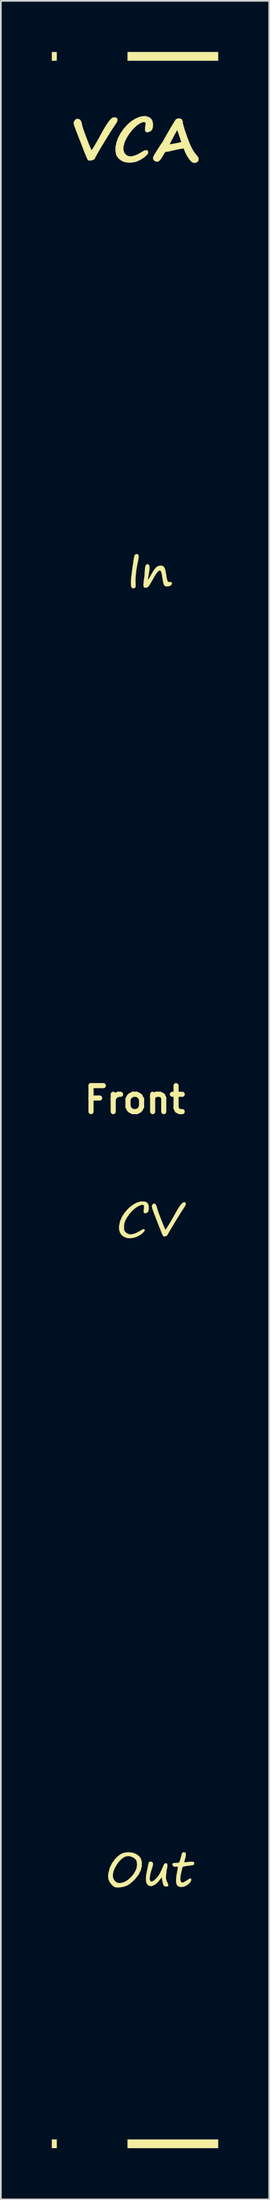
<source format=kicad_pcb>
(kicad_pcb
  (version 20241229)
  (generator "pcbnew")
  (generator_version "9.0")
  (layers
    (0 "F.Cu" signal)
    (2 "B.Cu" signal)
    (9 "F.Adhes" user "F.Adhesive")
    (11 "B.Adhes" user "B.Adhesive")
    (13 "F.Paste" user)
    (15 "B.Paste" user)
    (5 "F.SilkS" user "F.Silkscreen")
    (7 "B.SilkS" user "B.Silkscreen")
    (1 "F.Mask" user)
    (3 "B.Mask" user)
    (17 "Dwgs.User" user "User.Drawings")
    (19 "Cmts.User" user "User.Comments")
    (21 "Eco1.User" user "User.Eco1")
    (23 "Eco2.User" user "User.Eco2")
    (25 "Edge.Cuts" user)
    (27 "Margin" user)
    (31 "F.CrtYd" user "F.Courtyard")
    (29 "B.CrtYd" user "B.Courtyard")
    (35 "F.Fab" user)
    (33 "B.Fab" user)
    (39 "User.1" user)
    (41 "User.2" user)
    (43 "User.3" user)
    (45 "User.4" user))
  (footprint "Front"
    (layer "F.Cu")
    (at 4.887 61.501)
    (property "Reference" "Front" (at 0 0 0) (layer "F.SilkS") (effects (font (size 1.524 1.524) (thickness 0.3))))
    (attr through_hole)
    (fp_poly (pts (xy -4.6 -60.988) (xy -4.882 -60.988) (xy -4.882 -61.496) (xy -4.6 -61.496) (xy -4.6 -60.988)) (stroke (width 0.01) (type solid)) (fill yes) (layer "F.SilkS"))
    (fp_poly (pts (xy -4.6 61.524) (xy -4.882 61.524) (xy -4.882 61.016) (xy -4.6 61.016) (xy -4.6 61.524)) (stroke (width 0.01) (type solid)) (fill yes) (layer "F.SilkS"))
    (fp_poly (pts (xy 4.911 -60.988) (xy -0.423 -60.988) (xy -0.423 -61.496) (xy 4.911 -61.496) (xy 4.911 -60.988)) (stroke (width 0.01) (type solid)) (fill yes) (layer "F.SilkS"))
    (fp_poly (pts (xy 4.911 61.524) (xy -0.423 61.524) (xy -0.423 61.016) (xy 4.911 61.016) (xy 4.911 61.524)) (stroke (width 0.01) (type solid)) (fill yes) (layer "F.SilkS"))
    (fp_poly (pts (xy 0.149 -32.027) (xy 0.198 -32.001) (xy 0.224 -31.94) (xy 0.225 -31.837) (xy 0.204 -31.69) (xy 0.18 -31.581) (xy 0.129 -31.33) (xy 0.087 -31.073) (xy 0.058 -30.824) (xy 0.042 -30.596) (xy 0.042 -30.403) (xy 0.045 -30.353) (xy 0.052 -30.211) (xy 0.045 -30.117) (xy 0.019 -30.061) (xy -0.029 -30.034) (xy -0.089 -30.028) (xy -0.158 -30.043) (xy -0.197 -30.097) (xy -0.198 -30.101) (xy -0.215 -30.164) (xy -0.224 -30.249) (xy -0.225 -30.36) (xy -0.218 -30.501) (xy -0.203 -30.677) (xy -0.178 -30.892) (xy -0.144 -31.151) (xy -0.1 -31.456) (xy -0.055 -31.758) (xy -0.028 -31.891) (xy 0.006 -31.976) (xy 0.053 -32.02) (xy 0.12 -32.03) (xy 0.149 -32.027)) (stroke (width 0.01) (type solid)) (fill yes) (layer "F.SilkS"))
    (fp_poly (pts (xy -0.197 44.176) (xy -0.046 44.211) (xy 0.094 44.275) (xy 0.144 44.305) (xy 0.273 44.41) (xy 0.357 44.537) (xy 0.403 44.698) (xy 0.409 44.746) (xy 0.407 44.983) (xy 0.349 45.217) (xy 0.234 45.449) (xy 0.062 45.678) (xy -0.043 45.791) (xy -0.174 45.913) (xy -0.301 46.015) (xy -0.409 46.086) (xy -0.425 46.095) (xy -0.622 46.17) (xy -0.836 46.213) (xy -1.045 46.221) (xy -1.154 46.208) (xy -1.208 46.182) (xy -1.283 46.126) (xy -1.357 46.059) (xy -1.478 45.909) (xy -1.548 45.746) (xy -1.57 45.564) (xy -1.562 45.482) (xy -1.295 45.482) (xy -1.282 45.647) (xy -1.222 45.788) (xy -1.115 45.9) (xy -1.098 45.913) (xy -0.979 45.962) (xy -0.833 45.966) (xy -0.667 45.926) (xy -0.56 45.881) (xy -0.393 45.776) (xy -0.233 45.633) (xy -0.089 45.465) (xy 0.026 45.286) (xy 0.102 45.109) (xy 0.113 45.069) (xy 0.137 44.906) (xy 0.13 44.757) (xy 0.094 44.635) (xy 0.053 44.573) (xy -0.071 44.475) (xy -0.229 44.405) (xy -0.33 44.381) (xy -0.475 44.385) (xy -0.626 44.441) (xy -0.778 44.547) (xy -0.929 44.7) (xy -1.055 44.87) (xy -1.181 45.09) (xy -1.261 45.295) (xy -1.295 45.482) (xy -1.562 45.482) (xy -1.555 45.403) (xy -1.479 45.102) (xy -1.354 44.829) (xy -1.178 44.581) (xy -1.03 44.426) (xy -0.871 44.297) (xy -0.713 44.215) (xy -0.54 44.173) (xy -0.38 44.164) (xy -0.197 44.176)) (stroke (width 0.01) (type solid)) (fill yes) (layer "F.SilkS"))
    (fp_poly (pts (xy 0.565 5.969) (xy 0.687 6.011) (xy 0.769 6.092) (xy 0.813 6.213) (xy 0.822 6.353) (xy 0.81 6.484) (xy 0.777 6.57) (xy 0.718 6.623) (xy 0.657 6.645) (xy 0.58 6.651) (xy 0.536 6.618) (xy 0.522 6.543) (xy 0.535 6.422) (xy 0.538 6.411) (xy 0.553 6.281) (xy 0.538 6.197) (xy 0.49 6.157) (xy 0.405 6.158) (xy 0.283 6.2) (xy 0.24 6.219) (xy 0.053 6.332) (xy -0.132 6.489) (xy -0.305 6.68) (xy -0.456 6.893) (xy -0.541 7.049) (xy -0.592 7.162) (xy -0.62 7.257) (xy -0.632 7.361) (xy -0.634 7.455) (xy -0.633 7.57) (xy -0.624 7.645) (xy -0.604 7.696) (xy -0.57 7.741) (xy -0.564 7.747) (xy -0.452 7.841) (xy -0.326 7.89) (xy -0.182 7.895) (xy -0.017 7.856) (xy 0.174 7.771) (xy 0.338 7.677) (xy 0.433 7.621) (xy 0.493 7.592) (xy 0.531 7.587) (xy 0.558 7.602) (xy 0.563 7.606) (xy 0.587 7.64) (xy 0.578 7.679) (xy 0.546 7.726) (xy 0.425 7.85) (xy 0.267 7.957) (xy 0.085 8.042) (xy -0.106 8.098) (xy -0.292 8.121) (xy -0.458 8.105) (xy -0.466 8.103) (xy -0.644 8.032) (xy -0.78 7.924) (xy -0.872 7.782) (xy -0.92 7.606) (xy -0.922 7.404) (xy -0.87 7.144) (xy -0.764 6.886) (xy -0.606 6.637) (xy -0.398 6.399) (xy -0.334 6.338) (xy -0.116 6.162) (xy 0.098 6.041) (xy 0.31 5.976) (xy 0.401 5.964) (xy 0.565 5.969)) (stroke (width 0.01) (type solid)) (fill yes) (layer "F.SilkS"))
    (fp_poly (pts (xy 2.967 6.019) (xy 2.992 6.037) (xy 3.001 6.085) (xy 3.007 6.104) (xy 2.999 6.144) (xy 2.963 6.217) (xy 2.907 6.313) (xy 2.871 6.367) (xy 2.809 6.461) (xy 2.728 6.586) (xy 2.635 6.735) (xy 2.532 6.9) (xy 2.426 7.073) (xy 2.319 7.248) (xy 2.218 7.415) (xy 2.127 7.569) (xy 2.049 7.701) (xy 1.991 7.803) (xy 1.956 7.868) (xy 1.949 7.883) (xy 1.89 7.966) (xy 1.794 8.01) (xy 1.741 8.015) (xy 1.694 8.004) (xy 1.656 7.964) (xy 1.616 7.881) (xy 1.59 7.819) (xy 1.548 7.714) (xy 1.492 7.572) (xy 1.425 7.403) (xy 1.351 7.214) (xy 1.274 7.015) (xy 1.272 7.012) (xy 1.186 6.791) (xy 1.12 6.616) (xy 1.071 6.481) (xy 1.037 6.38) (xy 1.017 6.307) (xy 1.008 6.256) (xy 1.008 6.22) (xy 1.013 6.202) (xy 1.053 6.136) (xy 1.095 6.099) (xy 1.161 6.086) (xy 1.219 6.125) (xy 1.269 6.216) (xy 1.312 6.356) (xy 1.34 6.453) (xy 1.385 6.588) (xy 1.442 6.747) (xy 1.506 6.915) (xy 1.545 7.013) (xy 1.607 7.167) (xy 1.664 7.308) (xy 1.712 7.426) (xy 1.746 7.509) (xy 1.759 7.542) (xy 1.787 7.598) (xy 1.81 7.62) (xy 1.832 7.597) (xy 1.878 7.532) (xy 1.941 7.435) (xy 2.017 7.312) (xy 2.102 7.172) (xy 2.189 7.022) (xy 2.275 6.872) (xy 2.314 6.802) (xy 2.446 6.566) (xy 2.558 6.378) (xy 2.652 6.233) (xy 2.732 6.128) (xy 2.801 6.059) (xy 2.861 6.021) (xy 2.909 6.011) (xy 2.967 6.019)) (stroke (width 0.01) (type solid)) (fill yes) (layer "F.SilkS"))
    (fp_poly (pts (xy 1.018 44.733) (xy 1.056 44.771) (xy 1.07 44.836) (xy 1.059 44.933) (xy 1.022 45.07) (xy 0.986 45.177) (xy 0.933 45.352) (xy 0.897 45.517) (xy 0.881 45.661) (xy 0.885 45.774) (xy 0.91 45.844) (xy 0.966 45.882) (xy 1.042 45.871) (xy 1.138 45.811) (xy 1.24 45.719) (xy 1.342 45.607) (xy 1.429 45.489) (xy 1.509 45.35) (xy 1.59 45.176) (xy 1.625 45.095) (xy 1.675 44.975) (xy 1.711 44.898) (xy 1.741 44.851) (xy 1.772 44.825) (xy 1.81 44.809) (xy 1.825 44.805) (xy 1.88 44.81) (xy 1.913 44.86) (xy 1.922 44.947) (xy 1.905 45.063) (xy 1.899 45.085) (xy 1.88 45.18) (xy 1.861 45.308) (xy 1.846 45.445) (xy 1.843 45.486) (xy 1.836 45.612) (xy 1.837 45.701) (xy 1.848 45.77) (xy 1.872 45.836) (xy 1.901 45.898) (xy 1.952 46.011) (xy 1.972 46.086) (xy 1.963 46.132) (xy 1.931 46.154) (xy 1.83 46.172) (xy 1.747 46.145) (xy 1.709 46.108) (xy 1.676 46.034) (xy 1.644 45.923) (xy 1.617 45.792) (xy 1.603 45.684) (xy 1.596 45.648) (xy 1.583 45.639) (xy 1.556 45.663) (xy 1.508 45.724) (xy 1.463 45.785) (xy 1.331 45.938) (xy 1.196 46.051) (xy 1.064 46.12) (xy 0.939 46.142) (xy 0.827 46.116) (xy 0.784 46.088) (xy 0.713 46.004) (xy 0.671 45.884) (xy 0.657 45.726) (xy 0.672 45.525) (xy 0.715 45.28) (xy 0.732 45.201) (xy 0.759 45.078) (xy 0.783 44.961) (xy 0.798 44.873) (xy 0.799 44.862) (xy 0.829 44.762) (xy 0.884 44.711) (xy 0.963 44.711) (xy 1.018 44.733)) (stroke (width 0.01) (type solid)) (fill yes) (layer "F.SilkS"))
    (fp_poly (pts (xy 0.675 -57.728) (xy 0.837 -57.675) (xy 0.958 -57.584) (xy 1.036 -57.456) (xy 1.071 -57.292) (xy 1.072 -57.241) (xy 1.062 -57.081) (xy 1.028 -56.964) (xy 0.967 -56.882) (xy 0.881 -56.828) (xy 0.762 -56.79) (xy 0.675 -56.797) (xy 0.622 -56.85) (xy 0.6 -56.949) (xy 0.611 -57.094) (xy 0.62 -57.143) (xy 0.638 -57.245) (xy 0.642 -57.307) (xy 0.631 -57.345) (xy 0.614 -57.366) (xy 0.574 -57.391) (xy 0.518 -57.391) (xy 0.461 -57.378) (xy 0.305 -57.313) (xy 0.14 -57.202) (xy -0.028 -57.054) (xy -0.191 -56.876) (xy -0.341 -56.678) (xy -0.473 -56.468) (xy -0.577 -56.253) (xy -0.608 -56.171) (xy -0.664 -55.959) (xy -0.672 -55.774) (xy -0.633 -55.617) (xy -0.546 -55.491) (xy -0.477 -55.433) (xy -0.354 -55.382) (xy -0.202 -55.375) (xy -0.024 -55.413) (xy 0.175 -55.493) (xy 0.393 -55.616) (xy 0.414 -55.629) (xy 0.523 -55.694) (xy 0.605 -55.728) (xy 0.675 -55.734) (xy 0.682 -55.734) (xy 0.747 -55.721) (xy 0.776 -55.686) (xy 0.785 -55.63) (xy 0.785 -55.572) (xy 0.764 -55.521) (xy 0.715 -55.461) (xy 0.658 -55.404) (xy 0.501 -55.278) (xy 0.312 -55.164) (xy 0.116 -55.076) (xy 0.018 -55.044) (xy -0.169 -55.013) (xy -0.368 -55.009) (xy -0.557 -55.033) (xy -0.675 -55.067) (xy -0.828 -55.148) (xy -0.96 -55.261) (xy -1.058 -55.392) (xy -1.098 -55.485) (xy -1.137 -55.707) (xy -1.128 -55.949) (xy -1.074 -56.203) (xy -0.978 -56.462) (xy -0.842 -56.721) (xy -0.668 -56.973) (xy -0.459 -57.211) (xy -0.392 -57.277) (xy -0.201 -57.436) (xy 0.002 -57.566) (xy 0.208 -57.662) (xy 0.407 -57.72) (xy 0.59 -57.737) (xy 0.675 -57.728)) (stroke (width 0.01) (type solid)) (fill yes) (layer "F.SilkS"))
    (fp_poly (pts (xy 0.812 -31.416) (xy 0.814 -31.415) (xy 0.85 -31.359) (xy 0.865 -31.253) (xy 0.858 -31.099) (xy 0.829 -30.899) (xy 0.82 -30.849) (xy 0.797 -30.722) (xy 0.78 -30.617) (xy 0.771 -30.545) (xy 0.771 -30.518) (xy 0.789 -30.528) (xy 0.825 -30.579) (xy 0.883 -30.673) (xy 0.963 -30.814) (xy 0.982 -30.847) (xy 1.087 -31.025) (xy 1.177 -31.157) (xy 1.26 -31.249) (xy 1.341 -31.307) (xy 1.428 -31.339) (xy 1.475 -31.347) (xy 1.576 -31.35) (xy 1.655 -31.327) (xy 1.717 -31.274) (xy 1.766 -31.184) (xy 1.805 -31.052) (xy 1.84 -30.871) (xy 1.85 -30.801) (xy 1.878 -30.632) (xy 1.905 -30.512) (xy 1.937 -30.435) (xy 1.975 -30.394) (xy 2.023 -30.382) (xy 2.063 -30.386) (xy 2.143 -30.386) (xy 2.182 -30.348) (xy 2.18 -30.278) (xy 2.134 -30.206) (xy 2.046 -30.157) (xy 1.928 -30.136) (xy 1.919 -30.136) (xy 1.839 -30.141) (xy 1.779 -30.161) (xy 1.734 -30.206) (xy 1.699 -30.282) (xy 1.67 -30.397) (xy 1.642 -30.559) (xy 1.635 -30.604) (xy 1.607 -30.78) (xy 1.582 -30.907) (xy 1.557 -30.992) (xy 1.531 -31.044) (xy 1.499 -31.068) (xy 1.47 -31.073) (xy 1.414 -31.055) (xy 1.349 -30.998) (xy 1.271 -30.9) (xy 1.178 -30.757) (xy 1.067 -30.565) (xy 1.058 -30.549) (xy 0.983 -30.415) (xy 0.911 -30.293) (xy 0.85 -30.196) (xy 0.807 -30.134) (xy 0.799 -30.124) (xy 0.725 -30.074) (xy 0.638 -30.057) (xy 0.562 -30.075) (xy 0.542 -30.091) (xy 0.519 -30.136) (xy 0.51 -30.214) (xy 0.517 -30.333) (xy 0.538 -30.497) (xy 0.551 -30.579) (xy 0.571 -30.725) (xy 0.585 -30.881) (xy 0.592 -31.017) (xy 0.593 -31.038) (xy 0.603 -31.207) (xy 0.631 -31.332) (xy 0.677 -31.41) (xy 0.738 -31.439) (xy 0.812 -31.416)) (stroke (width 0.01) (type solid)) (fill yes) (layer "F.SilkS"))
    (fp_poly (pts (xy -1.107 -57.65) (xy -1.058 -57.622) (xy -1.045 -57.603) (xy -1.022 -57.54) (xy -1.023 -57.474) (xy -1.053 -57.393) (xy -1.115 -57.288) (xy -1.177 -57.196) (xy -1.25 -57.088) (xy -1.341 -56.95) (xy -1.444 -56.788) (xy -1.556 -56.609) (xy -1.674 -56.42) (xy -1.793 -56.226) (xy -1.909 -56.034) (xy -2.019 -55.85) (xy -2.119 -55.681) (xy -2.205 -55.532) (xy -2.273 -55.411) (xy -2.32 -55.323) (xy -2.342 -55.275) (xy -2.342 -55.27) (xy -2.368 -55.221) (xy -2.433 -55.179) (xy -2.521 -55.147) (xy -2.616 -55.131) (xy -2.701 -55.133) (xy -2.76 -55.159) (xy -2.763 -55.163) (xy -2.785 -55.203) (xy -2.823 -55.286) (xy -2.874 -55.405) (xy -2.934 -55.55) (xy -2.998 -55.712) (xy -3.007 -55.735) (xy -3.089 -55.946) (xy -3.182 -56.186) (xy -3.278 -56.431) (xy -3.367 -56.661) (xy -3.414 -56.779) (xy -3.484 -56.959) (xy -3.534 -57.096) (xy -3.568 -57.196) (xy -3.588 -57.267) (xy -3.595 -57.318) (xy -3.593 -57.357) (xy -3.586 -57.384) (xy -3.549 -57.463) (xy -3.509 -57.522) (xy -3.438 -57.563) (xy -3.346 -57.571) (xy -3.258 -57.546) (xy -3.219 -57.519) (xy -3.176 -57.454) (xy -3.137 -57.361) (xy -3.11 -57.265) (xy -3.105 -57.217) (xy -3.095 -57.169) (xy -3.068 -57.079) (xy -3.028 -56.957) (xy -2.976 -56.811) (xy -2.917 -56.648) (xy -2.853 -56.477) (xy -2.788 -56.306) (xy -2.725 -56.144) (xy -2.666 -55.998) (xy -2.616 -55.878) (xy -2.576 -55.79) (xy -2.551 -55.744) (xy -2.545 -55.739) (xy -2.522 -55.763) (xy -2.477 -55.829) (xy -2.413 -55.93) (xy -2.335 -56.059) (xy -2.248 -56.208) (xy -2.155 -56.37) (xy -2.061 -56.539) (xy -1.988 -56.672) (xy -1.842 -56.936) (xy -1.714 -57.153) (xy -1.6 -57.326) (xy -1.499 -57.461) (xy -1.431 -57.538) (xy -1.357 -57.608) (xy -1.298 -57.644) (xy -1.233 -57.657) (xy -1.195 -57.658) (xy -1.107 -57.65)) (stroke (width 0.01) (type solid)) (fill yes) (layer "F.SilkS"))
    (fp_poly (pts (xy 2.987 44.194) (xy 3.008 44.257) (xy 3.001 44.361) (xy 2.967 44.508) (xy 2.963 44.52) (xy 2.936 44.623) (xy 2.919 44.702) (xy 2.913 44.746) (xy 2.914 44.749) (xy 2.946 44.751) (xy 3.019 44.746) (xy 3.119 44.734) (xy 3.146 44.73) (xy 3.298 44.714) (xy 3.402 44.714) (xy 3.466 44.732) (xy 3.495 44.769) (xy 3.5 44.802) (xy 3.486 44.864) (xy 3.464 44.893) (xy 3.423 44.905) (xy 3.339 44.921) (xy 3.225 44.938) (xy 3.136 44.949) (xy 2.994 44.968) (xy 2.889 44.989) (xy 2.829 45.01) (xy 2.82 45.019) (xy 2.801 45.067) (xy 2.777 45.156) (xy 2.749 45.273) (xy 2.721 45.405) (xy 2.696 45.536) (xy 2.685 45.601) (xy 2.677 45.735) (xy 2.693 45.837) (xy 2.734 45.912) (xy 2.798 45.94) (xy 2.886 45.921) (xy 3.003 45.855) (xy 3.118 45.778) (xy 3.195 45.728) (xy 3.243 45.701) (xy 3.272 45.693) (xy 3.29 45.698) (xy 3.305 45.711) (xy 3.326 45.769) (xy 3.303 45.85) (xy 3.241 45.943) (xy 3.196 45.991) (xy 3.045 46.109) (xy 2.885 46.178) (xy 2.725 46.195) (xy 2.592 46.168) (xy 2.511 46.114) (xy 2.459 46.019) (xy 2.434 45.882) (xy 2.437 45.699) (xy 2.466 45.47) (xy 2.483 45.375) (xy 2.513 45.22) (xy 2.531 45.112) (xy 2.538 45.043) (xy 2.531 45.007) (xy 2.511 44.993) (xy 2.477 44.996) (xy 2.456 45) (xy 2.347 45.006) (xy 2.267 44.972) (xy 2.231 44.92) (xy 2.216 44.855) (xy 2.234 44.815) (xy 2.293 44.795) (xy 2.4 44.789) (xy 2.413 44.789) (xy 2.522 44.783) (xy 2.596 44.767) (xy 2.619 44.753) (xy 2.638 44.712) (xy 2.667 44.63) (xy 2.7 44.521) (xy 2.718 44.456) (xy 2.751 44.33) (xy 2.775 44.249) (xy 2.793 44.202) (xy 2.81 44.179) (xy 2.831 44.17) (xy 2.85 44.167) (xy 2.935 44.166) (xy 2.987 44.194)) (stroke (width 0.01) (type solid)) (fill yes) (layer "F.SilkS"))
    (fp_poly (pts (xy 2.71 -57.582) (xy 2.785 -57.522) (xy 2.82 -57.423) (xy 2.822 -57.38) (xy 2.831 -57.314) (xy 2.856 -57.209) (xy 2.894 -57.075) (xy 2.94 -56.926) (xy 2.961 -56.864) (xy 3.069 -56.556) (xy 3.166 -56.295) (xy 3.255 -56.077) (xy 3.339 -55.894) (xy 3.422 -55.74) (xy 3.506 -55.609) (xy 3.594 -55.495) (xy 3.615 -55.47) (xy 3.693 -55.377) (xy 3.737 -55.308) (xy 3.756 -55.246) (xy 3.756 -55.176) (xy 3.755 -55.16) (xy 3.721 -55.08) (xy 3.646 -55.022) (xy 3.544 -54.994) (xy 3.448 -54.998) (xy 3.372 -55.035) (xy 3.284 -55.116) (xy 3.19 -55.232) (xy 3.097 -55.374) (xy 3.01 -55.533) (xy 2.936 -55.698) (xy 2.915 -55.756) (xy 2.884 -55.844) (xy 2.708 -55.817) (xy 2.606 -55.799) (xy 2.47 -55.771) (xy 2.319 -55.737) (xy 2.209 -55.711) (xy 2.078 -55.681) (xy 1.963 -55.658) (xy 1.879 -55.645) (xy 1.839 -55.644) (xy 1.803 -55.633) (xy 1.757 -55.58) (xy 1.695 -55.482) (xy 1.682 -55.459) (xy 1.588 -55.299) (xy 1.509 -55.185) (xy 1.44 -55.112) (xy 1.374 -55.073) (xy 1.309 -55.062) (xy 1.201 -55.087) (xy 1.142 -55.131) (xy 1.086 -55.21) (xy 1.078 -55.296) (xy 1.116 -55.402) (xy 1.119 -55.409) (xy 1.149 -55.462) (xy 1.202 -55.548) (xy 1.269 -55.656) (xy 1.345 -55.776) (xy 1.424 -55.899) (xy 1.499 -56.014) (xy 1.549 -56.091) (xy 2.06 -56.091) (xy 2.084 -56.083) (xy 2.138 -56.088) (xy 2.2 -56.1) (xy 2.3 -56.118) (xy 2.421 -56.14) (xy 2.477 -56.15) (xy 2.589 -56.172) (xy 2.678 -56.193) (xy 2.729 -56.21) (xy 2.738 -56.216) (xy 2.729 -56.25) (xy 2.706 -56.324) (xy 2.673 -56.425) (xy 2.635 -56.542) (xy 2.594 -56.661) (xy 2.556 -56.77) (xy 2.526 -56.856) (xy 2.506 -56.907) (xy 2.501 -56.916) (xy 2.486 -56.896) (xy 2.45 -56.836) (xy 2.399 -56.745) (xy 2.338 -56.634) (xy 2.272 -56.512) (xy 2.207 -56.389) (xy 2.148 -56.276) (xy 2.101 -56.182) (xy 2.07 -56.117) (xy 2.06 -56.091) (xy 1.549 -56.091) (xy 1.563 -56.112) (xy 1.612 -56.183) (xy 1.638 -56.218) (xy 1.639 -56.219) (xy 1.666 -56.256) (xy 1.668 -56.261) (xy 1.693 -56.312) (xy 1.741 -56.401) (xy 1.807 -56.519) (xy 1.887 -56.659) (xy 1.975 -56.811) (xy 2.067 -56.968) (xy 2.158 -57.122) (xy 2.242 -57.262) (xy 2.315 -57.383) (xy 2.373 -57.474) (xy 2.409 -57.528) (xy 2.417 -57.537) (xy 2.496 -57.588) (xy 2.595 -57.602) (xy 2.71 -57.582)) (stroke (width 0.01) (type solid)) (fill yes) (layer "F.SilkS")))
  (gr_rect
    (start -3 -3)
    (end 12.803 126.031)
    (stroke (width 0.1) (type default))
    (fill no)
    (layer "Edge.Cuts")))
</source>
